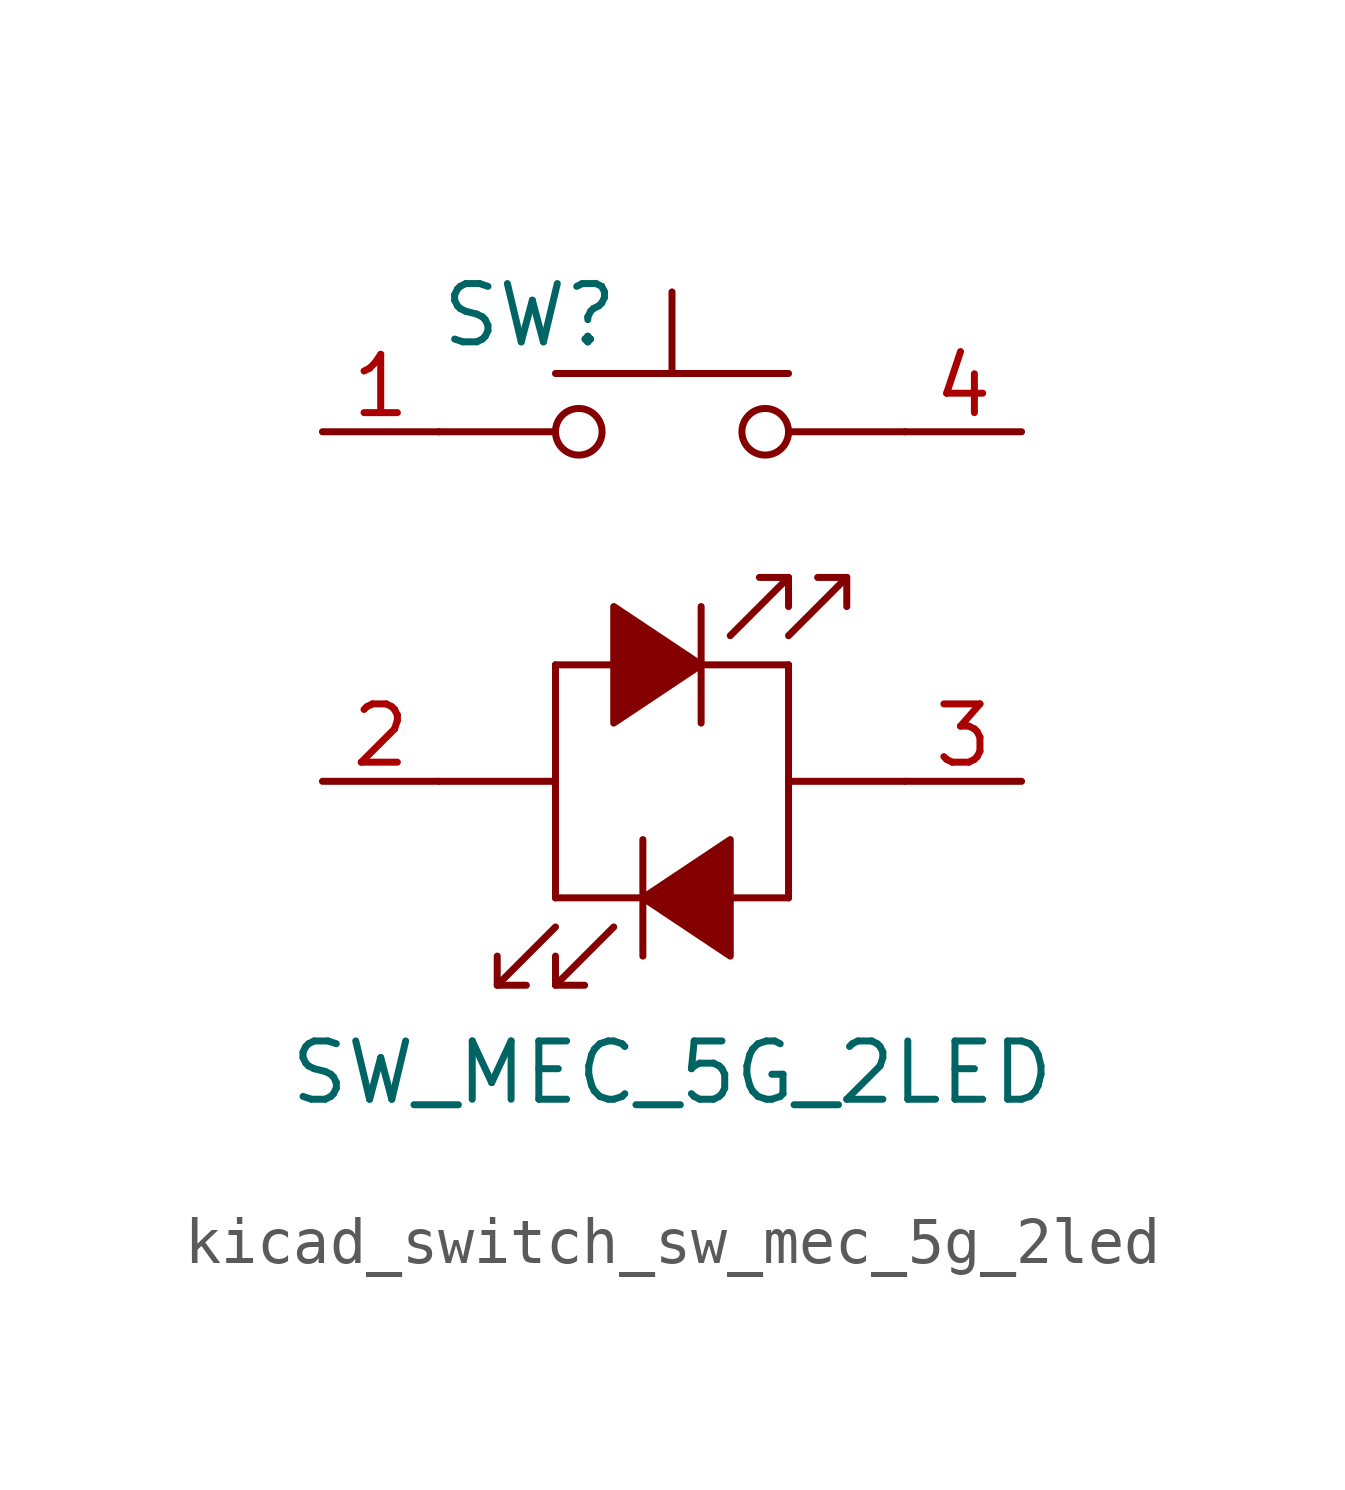
<source format=kicad_sym>
(kicad_symbol_lib
  (version 20220914)
  (generator kicad_symbol_editor)
  (symbol "kicad_switch_sw_mec_5g_2led"
    (pin_names
      (offset 1.016) hide)
    (property "Reference" "SW"
      (at -5.08 7.62 0)
      (effects (font (size 1.27 1.27)) (justify left)))
    (property "Value" "SW_MEC_5G_2LED"
      (at 0 -8.89 0)
      (effects (font (size 1.27 1.27))))
    (symbol "kicad_switch_sw_mec_5g_2led_0_0"
      (polyline (pts (xy -5.08 -2.54) (xy -2.54 -2.54)) (stroke (width 0) (type default)) (fill (type none)))
      (polyline (pts (xy -5.08 5.08) (xy -2.54 5.08)) (stroke (width 0) (type default)) (fill (type none)))
      (polyline (pts (xy -3.81 -6.985) (xy -2.54 -5.715)) (stroke (width 0) (type default)) (fill (type none)))
      (polyline (pts (xy -2.54 -6.985) (xy -1.27 -5.715)) (stroke (width 0) (type default)) (fill (type none)))
      (polyline (pts (xy -2.54 -5.08) (xy 2.54 -5.08)) (stroke (width 0) (type default)) (fill (type none)))
      (polyline (pts (xy -2.54 0) (xy -2.54 -5.08)) (stroke (width 0) (type default)) (fill (type none)))
      (polyline (pts (xy -0.635 -3.81) (xy -0.635 -6.35)) (stroke (width 0) (type default)) (fill (type none)))
      (polyline (pts (xy 0.635 1.27) (xy 0.635 -1.27)) (stroke (width 0) (type default)) (fill (type none)))
      (polyline (pts (xy 2.54 0) (xy -2.54 0)) (stroke (width 0) (type default)) (fill (type none)))
      (polyline (pts (xy 2.54 0) (xy 2.54 -5.08)) (stroke (width 0) (type default)) (fill (type none)))
      (polyline (pts (xy 2.54 1.905) (xy 1.27 0.635)) (stroke (width 0) (type default)) (fill (type none)))
      (polyline (pts (xy 2.54 5.08) (xy 5.08 5.08)) (stroke (width 0) (type default)) (fill (type none)))
      (polyline (pts (xy 3.81 1.905) (xy 2.54 0.635)) (stroke (width 0) (type default)) (fill (type none)))
      (polyline (pts (xy 5.08 -2.54) (xy 2.54 -2.54)) (stroke (width 0) (type default)) (fill (type none)))
      (polyline (pts (xy -3.81 -6.35) (xy -3.81 -6.985) (xy -3.175 -6.985)) (stroke (width 0) (type default)) (fill (type none)))
      (polyline (pts (xy -2.54 -6.35) (xy -2.54 -6.985) (xy -1.905 -6.985)) (stroke (width 0) (type default)) (fill (type none)))
      (polyline (pts (xy 2.54 1.27) (xy 2.54 1.905) (xy 1.905 1.905)) (stroke (width 0) (type default)) (fill (type none)))
      (polyline (pts (xy 3.81 1.27) (xy 3.81 1.905) (xy 3.175 1.905)) (stroke (width 0) (type default)) (fill (type none)))
      (polyline (pts (xy -0.635 -5.08) (xy 1.27 -3.81) (xy 1.27 -6.35) (xy -0.635 -5.08)) (stroke (width 0) (type default)) (fill (type outline)))
      (polyline (pts (xy 0.635 0) (xy -1.27 1.27) (xy -1.27 -1.27) (xy 0.635 0)) (stroke (width 0) (type default)) (fill (type outline))))
    (symbol "kicad_switch_sw_mec_5g_2led_0_1"
      (circle (center -2.032 5.08) (radius 0.508) (stroke (width 0) (type default)) (fill (type none)))
      (polyline (pts (xy 0 6.35) (xy 0 8.128)) (stroke (width 0) (type default)) (fill (type none)))
      (polyline (pts (xy 2.54 6.35) (xy -2.54 6.35)) (stroke (width 0) (type default)) (fill (type none)))
      (circle (center 2.032 5.08) (radius 0.508) (stroke (width 0) (type default)) (fill (type none)))
      (pin passive line (at -7.62 5.08 0) (length 2.54) (name "1" (effects (font (size 1.27 1.27)))) (number "1" (effects (font (size 1.27 1.27)))))
      (pin passive line (at -7.62 -2.54 0) (length 2.54) (name "2" (effects (font (size 1.27 1.27)))) (number "2" (effects (font (size 1.27 1.27)))))
      (pin passive line (at 7.62 -2.54 180) (length 2.54) (name "K" (effects (font (size 1.27 1.27)))) (number "3" (effects (font (size 1.27 1.27)))))
      (pin passive line (at 7.62 5.08 180) (length 2.54) (name "A" (effects (font (size 1.27 1.27)))) (number "4" (effects (font (size 1.27 1.27))))))))
</source>
